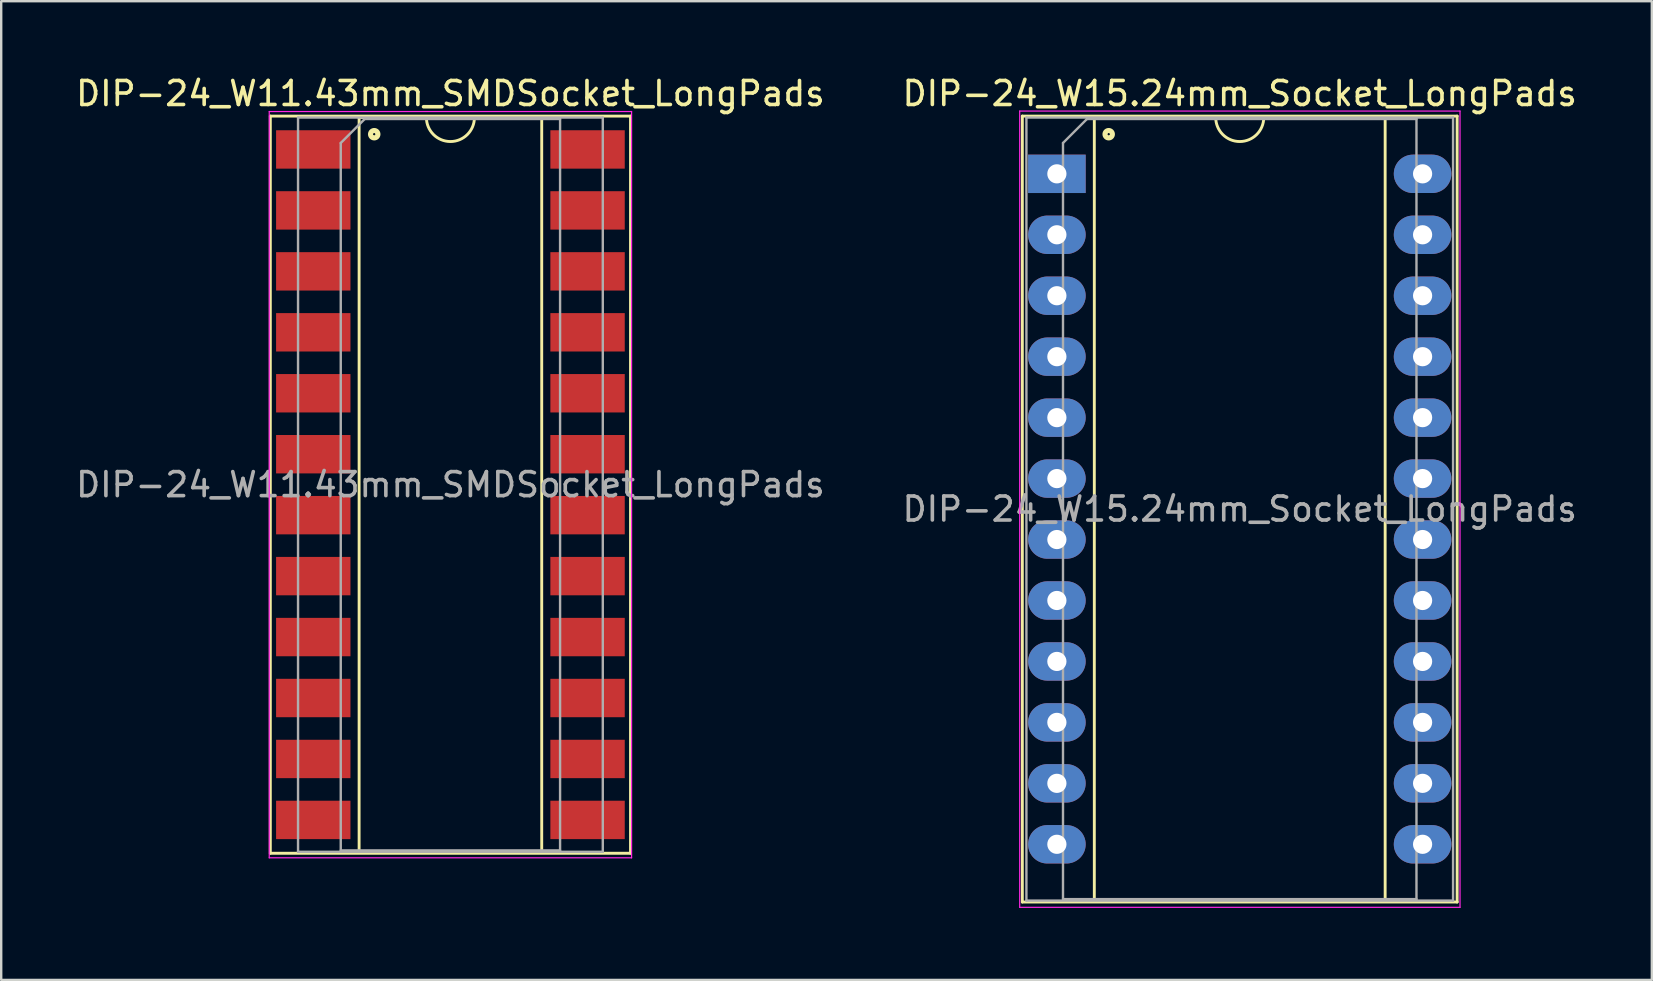
<source format=kicad_pcb>
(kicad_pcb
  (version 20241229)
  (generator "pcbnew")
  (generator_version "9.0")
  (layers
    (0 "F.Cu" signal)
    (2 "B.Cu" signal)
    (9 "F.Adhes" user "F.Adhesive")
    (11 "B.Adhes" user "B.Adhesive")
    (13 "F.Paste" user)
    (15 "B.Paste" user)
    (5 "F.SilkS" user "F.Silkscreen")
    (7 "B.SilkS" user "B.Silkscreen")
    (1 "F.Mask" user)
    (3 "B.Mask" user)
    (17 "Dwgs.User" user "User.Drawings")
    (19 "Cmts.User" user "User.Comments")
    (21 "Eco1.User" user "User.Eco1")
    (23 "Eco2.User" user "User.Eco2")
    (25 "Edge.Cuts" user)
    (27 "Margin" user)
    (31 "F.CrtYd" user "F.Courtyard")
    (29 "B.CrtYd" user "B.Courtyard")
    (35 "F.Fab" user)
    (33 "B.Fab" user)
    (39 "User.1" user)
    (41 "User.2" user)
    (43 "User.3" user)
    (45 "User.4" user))
  (footprint "DIP-24_W15.24mm_Socket_LongPads"
    (layer "F.Cu")
    (at 40.993 4.194)
    (property "Reference" "DIP-24_W15.24mm_Socket_LongPads" (at 7.62 -3.346 0) (layer "F.SilkS") (effects (font (size 1 1) (thickness 0.15))))
    (attr through_hole)
    (fp_line (start -1.44 -2.406) (end -1.44 30.346) (stroke (width 0.12) (type solid)) (layer "F.SilkS"))
    (fp_line (start -1.44 30.346) (end 16.68 30.346) (stroke (width 0.12) (type solid)) (layer "F.SilkS"))
    (fp_line (start 1.56 -2.346) (end 1.56 30.286) (stroke (width 0.12) (type solid)) (layer "F.SilkS"))
    (fp_line (start 1.56 30.286) (end 13.68 30.286) (stroke (width 0.12) (type solid)) (layer "F.SilkS"))
    (fp_line (start 6.62 -2.346) (end 1.56 -2.346) (stroke (width 0.12) (type solid)) (layer "F.SilkS"))
    (fp_line (start 13.68 -2.346) (end 8.62 -2.346) (stroke (width 0.12) (type solid)) (layer "F.SilkS"))
    (fp_line (start 13.68 30.286) (end 13.68 -2.346) (stroke (width 0.12) (type solid)) (layer "F.SilkS"))
    (fp_line (start 16.68 -2.406) (end -1.44 -2.406) (stroke (width 0.12) (type solid)) (layer "F.SilkS"))
    (fp_line (start 16.68 30.346) (end 16.68 -2.406) (stroke (width 0.12) (type solid)) (layer "F.SilkS"))
    (fp_arc (start 8.62 -2.346) (mid 7.62 -1.346) (end 6.62 -2.346) (stroke (width 0.12) (type solid)) (layer "F.SilkS"))
    (fp_circle (center 2.159 -1.651) (end 2.209 -1.651) (stroke (width 0.12) (type solid)) (fill no) (layer "F.SilkS"))
    (fp_circle (center 2.159 -1.651) (end 2.284 -1.651) (stroke (width 0.12) (type solid)) (fill no) (layer "F.SilkS"))
    (fp_circle (center 2.159 -1.651) (end 2.359 -1.651) (stroke (width 0.12) (type solid)) (fill no) (layer "F.SilkS"))
    (fp_line (start -1.55 -2.616) (end -1.55 30.566) (stroke (width 0.05) (type solid)) (layer "F.CrtYd"))
    (fp_line (start -1.55 30.566) (end 16.8 30.566) (stroke (width 0.05) (type solid)) (layer "F.CrtYd"))
    (fp_line (start 16.8 -2.616) (end -1.55 -2.616) (stroke (width 0.05) (type solid)) (layer "F.CrtYd"))
    (fp_line (start 16.8 30.566) (end 16.8 -2.616) (stroke (width 0.05) (type solid)) (layer "F.CrtYd"))
    (fp_line (start -1.27 -2.346) (end -1.27 30.286) (stroke (width 0.1) (type solid)) (layer "F.Fab"))
    (fp_line (start -1.27 30.286) (end 16.51 30.286) (stroke (width 0.1) (type solid)) (layer "F.Fab"))
    (fp_line (start 0.255 -1.286) (end 1.255 -2.286) (stroke (width 0.1) (type solid)) (layer "F.Fab"))
    (fp_line (start 0.255 30.226) (end 0.255 -1.286) (stroke (width 0.1) (type solid)) (layer "F.Fab"))
    (fp_line (start 1.255 -2.286) (end 14.985 -2.286) (stroke (width 0.1) (type solid)) (layer "F.Fab"))
    (fp_line (start 14.985 -2.286) (end 14.985 30.226) (stroke (width 0.1) (type solid)) (layer "F.Fab"))
    (fp_line (start 14.985 30.226) (end 0.255 30.226) (stroke (width 0.1) (type solid)) (layer "F.Fab"))
    (fp_line (start 16.51 -2.346) (end -1.27 -2.346) (stroke (width 0.1) (type solid)) (layer "F.Fab"))
    (fp_line (start 16.51 30.286) (end 16.51 -2.346) (stroke (width 0.1) (type solid)) (layer "F.Fab"))
    (fp_text user "${REFERENCE}" (at 7.62 13.97 0) (layer "F.Fab") (effects (font (size 1 1) (thickness 0.15))))
    (pad "1" thru_hole rect (at 0 0) (size 2.4 1.6) (drill 0.8) (layers "*.Cu" "*.Mask"))
    (pad "2" thru_hole oval (at 0 2.54) (size 2.4 1.6) (drill 0.8) (layers "*.Cu" "*.Mask"))
    (pad "3" thru_hole oval (at 0 5.08) (size 2.4 1.6) (drill 0.8) (layers "*.Cu" "*.Mask"))
    (pad "4" thru_hole oval (at 0 7.62) (size 2.4 1.6) (drill 0.8) (layers "*.Cu" "*.Mask"))
    (pad "5" thru_hole oval (at 0 10.16) (size 2.4 1.6) (drill 0.8) (layers "*.Cu" "*.Mask"))
    (pad "6" thru_hole oval (at 0 12.7) (size 2.4 1.6) (drill 0.8) (layers "*.Cu" "*.Mask"))
    (pad "7" thru_hole oval (at 0 15.24) (size 2.4 1.6) (drill 0.8) (layers "*.Cu" "*.Mask"))
    (pad "8" thru_hole oval (at 0 17.78) (size 2.4 1.6) (drill 0.8) (layers "*.Cu" "*.Mask"))
    (pad "9" thru_hole oval (at 0 20.32) (size 2.4 1.6) (drill 0.8) (layers "*.Cu" "*.Mask"))
    (pad "10" thru_hole oval (at 0 22.86) (size 2.4 1.6) (drill 0.8) (layers "*.Cu" "*.Mask"))
    (pad "11" thru_hole oval (at 0 25.4) (size 2.4 1.6) (drill 0.8) (layers "*.Cu" "*.Mask"))
    (pad "12" thru_hole oval (at 0 27.94) (size 2.4 1.6) (drill 0.8) (layers "*.Cu" "*.Mask"))
    (pad "13" thru_hole oval (at 15.24 27.94) (size 2.4 1.6) (drill 0.8) (layers "*.Cu" "*.Mask"))
    (pad "14" thru_hole oval (at 15.24 25.4) (size 2.4 1.6) (drill 0.8) (layers "*.Cu" "*.Mask"))
    (pad "15" thru_hole oval (at 15.24 22.86) (size 2.4 1.6) (drill 0.8) (layers "*.Cu" "*.Mask"))
    (pad "16" thru_hole oval (at 15.24 20.32) (size 2.4 1.6) (drill 0.8) (layers "*.Cu" "*.Mask"))
    (pad "17" thru_hole oval (at 15.24 17.78) (size 2.4 1.6) (drill 0.8) (layers "*.Cu" "*.Mask"))
    (pad "18" thru_hole oval (at 15.24 15.24) (size 2.4 1.6) (drill 0.8) (layers "*.Cu" "*.Mask"))
    (pad "19" thru_hole oval (at 15.24 12.7) (size 2.4 1.6) (drill 0.8) (layers "*.Cu" "*.Mask"))
    (pad "20" thru_hole oval (at 15.24 10.16) (size 2.4 1.6) (drill 0.8) (layers "*.Cu" "*.Mask"))
    (pad "21" thru_hole oval (at 15.24 7.62) (size 2.4 1.6) (drill 0.8) (layers "*.Cu" "*.Mask"))
    (pad "22" thru_hole oval (at 15.24 5.08) (size 2.4 1.6) (drill 0.8) (layers "*.Cu" "*.Mask"))
    (pad "23" thru_hole oval (at 15.24 2.54) (size 2.4 1.6) (drill 0.8) (layers "*.Cu" "*.Mask"))
    (pad "24" thru_hole oval (at 15.24 0) (size 2.4 1.6) (drill 0.8) (layers "*.Cu" "*.Mask")))
  (footprint "DIP-24_W11.43mm_SMDSocket_LongPads"
    (layer "F.Cu")
    (at 15.72 17.148)
    (property "Reference" "DIP-24_W11.43mm_SMDSocket_LongPads" (at 0 -16.3 0) (layer "F.SilkS") (effects (font (size 1 1) (thickness 0.15))))
    (attr smd)
    (fp_line (start -7.505 -15.36) (end -7.505 15.36) (stroke (width 0.12) (type solid)) (layer "F.SilkS"))
    (fp_line (start -7.505 15.36) (end 7.505 15.36) (stroke (width 0.12) (type solid)) (layer "F.SilkS"))
    (fp_line (start -3.805 -15.3) (end -3.805 15.3) (stroke (width 0.12) (type solid)) (layer "F.SilkS"))
    (fp_line (start -3.805 15.3) (end 3.805 15.3) (stroke (width 0.12) (type solid)) (layer "F.SilkS"))
    (fp_line (start -1 -15.3) (end -3.805 -15.3) (stroke (width 0.12) (type solid)) (layer "F.SilkS"))
    (fp_line (start 3.805 -15.3) (end 1 -15.3) (stroke (width 0.12) (type solid)) (layer "F.SilkS"))
    (fp_line (start 3.805 15.3) (end 3.805 -15.3) (stroke (width 0.12) (type solid)) (layer "F.SilkS"))
    (fp_line (start 7.505 -15.36) (end -7.505 -15.36) (stroke (width 0.12) (type solid)) (layer "F.SilkS"))
    (fp_line (start 7.505 15.36) (end 7.505 -15.36) (stroke (width 0.12) (type solid)) (layer "F.SilkS"))
    (fp_arc (start 1 -15.3) (mid 0 -14.3) (end -1 -15.3) (stroke (width 0.12) (type solid)) (layer "F.SilkS"))
    (fp_circle (center -3.175 -14.605) (end -3.125 -14.605) (stroke (width 0.12) (type solid)) (fill no) (layer "F.SilkS"))
    (fp_circle (center -3.175 -14.605) (end -3.05 -14.605) (stroke (width 0.12) (type solid)) (fill no) (layer "F.SilkS"))
    (fp_circle (center -3.175 -14.605) (end -2.975 -14.605) (stroke (width 0.12) (type solid)) (fill no) (layer "F.SilkS"))
    (fp_line (start -7.55 -15.55) (end -7.55 15.55) (stroke (width 0.05) (type solid)) (layer "F.CrtYd"))
    (fp_line (start -7.55 15.55) (end 7.55 15.55) (stroke (width 0.05) (type solid)) (layer "F.CrtYd"))
    (fp_line (start 7.55 -15.55) (end -7.55 -15.55) (stroke (width 0.05) (type solid)) (layer "F.CrtYd"))
    (fp_line (start 7.55 15.55) (end 7.55 -15.55) (stroke (width 0.05) (type solid)) (layer "F.CrtYd"))
    (fp_line (start -6.35 -15.3) (end -6.35 15.3) (stroke (width 0.1) (type solid)) (layer "F.Fab"))
    (fp_line (start -6.35 15.3) (end 6.35 15.3) (stroke (width 0.1) (type solid)) (layer "F.Fab"))
    (fp_line (start -4.57 -14.24) (end -3.57 -15.24) (stroke (width 0.1) (type solid)) (layer "F.Fab"))
    (fp_line (start -4.57 15.24) (end -4.57 -14.24) (stroke (width 0.1) (type solid)) (layer "F.Fab"))
    (fp_line (start -3.57 -15.24) (end 4.57 -15.24) (stroke (width 0.1) (type solid)) (layer "F.Fab"))
    (fp_line (start 4.57 -15.24) (end 4.57 15.24) (stroke (width 0.1) (type solid)) (layer "F.Fab"))
    (fp_line (start 4.57 15.24) (end -4.57 15.24) (stroke (width 0.1) (type solid)) (layer "F.Fab"))
    (fp_line (start 6.35 -15.3) (end -6.35 -15.3) (stroke (width 0.1) (type solid)) (layer "F.Fab"))
    (fp_line (start 6.35 15.3) (end 6.35 -15.3) (stroke (width 0.1) (type solid)) (layer "F.Fab"))
    (fp_text user "${REFERENCE}" (at 0 0 0) (layer "F.Fab") (effects (font (size 1 1) (thickness 0.15))))
    (pad "1" smd rect (at -5.715 -13.97) (size 3.1 1.6) (layers "F.Cu" "F.Mask" "F.Paste"))
    (pad "2" smd rect (at -5.715 -11.43) (size 3.1 1.6) (layers "F.Cu" "F.Mask" "F.Paste"))
    (pad "3" smd rect (at -5.715 -8.89) (size 3.1 1.6) (layers "F.Cu" "F.Mask" "F.Paste"))
    (pad "4" smd rect (at -5.715 -6.35) (size 3.1 1.6) (layers "F.Cu" "F.Mask" "F.Paste"))
    (pad "5" smd rect (at -5.715 -3.81) (size 3.1 1.6) (layers "F.Cu" "F.Mask" "F.Paste"))
    (pad "6" smd rect (at -5.715 -1.27) (size 3.1 1.6) (layers "F.Cu" "F.Mask" "F.Paste"))
    (pad "7" smd rect (at -5.715 1.27) (size 3.1 1.6) (layers "F.Cu" "F.Mask" "F.Paste"))
    (pad "8" smd rect (at -5.715 3.81) (size 3.1 1.6) (layers "F.Cu" "F.Mask" "F.Paste"))
    (pad "9" smd rect (at -5.715 6.35) (size 3.1 1.6) (layers "F.Cu" "F.Mask" "F.Paste"))
    (pad "10" smd rect (at -5.715 8.89) (size 3.1 1.6) (layers "F.Cu" "F.Mask" "F.Paste"))
    (pad "11" smd rect (at -5.715 11.43) (size 3.1 1.6) (layers "F.Cu" "F.Mask" "F.Paste"))
    (pad "12" smd rect (at -5.715 13.97) (size 3.1 1.6) (layers "F.Cu" "F.Mask" "F.Paste"))
    (pad "13" smd rect (at 5.715 13.97) (size 3.1 1.6) (layers "F.Cu" "F.Mask" "F.Paste"))
    (pad "14" smd rect (at 5.715 11.43) (size 3.1 1.6) (layers "F.Cu" "F.Mask" "F.Paste"))
    (pad "15" smd rect (at 5.715 8.89) (size 3.1 1.6) (layers "F.Cu" "F.Mask" "F.Paste"))
    (pad "16" smd rect (at 5.715 6.35) (size 3.1 1.6) (layers "F.Cu" "F.Mask" "F.Paste"))
    (pad "17" smd rect (at 5.715 3.81) (size 3.1 1.6) (layers "F.Cu" "F.Mask" "F.Paste"))
    (pad "18" smd rect (at 5.715 1.27) (size 3.1 1.6) (layers "F.Cu" "F.Mask" "F.Paste"))
    (pad "19" smd rect (at 5.715 -1.27) (size 3.1 1.6) (layers "F.Cu" "F.Mask" "F.Paste"))
    (pad "20" smd rect (at 5.715 -3.81) (size 3.1 1.6) (layers "F.Cu" "F.Mask" "F.Paste"))
    (pad "21" smd rect (at 5.715 -6.35) (size 3.1 1.6) (layers "F.Cu" "F.Mask" "F.Paste"))
    (pad "22" smd rect (at 5.715 -8.89) (size 3.1 1.6) (layers "F.Cu" "F.Mask" "F.Paste"))
    (pad "23" smd rect (at 5.715 -11.43) (size 3.1 1.6) (layers "F.Cu" "F.Mask" "F.Paste"))
    (pad "24" smd rect (at 5.715 -13.97) (size 3.1 1.6) (layers "F.Cu" "F.Mask" "F.Paste")))
  (gr_rect
    (start -3 -3)
    (end 65.786 37.785)
    (stroke (width 0.1) (type default))
    (fill no)
    (layer "Edge.Cuts")))
</source>
